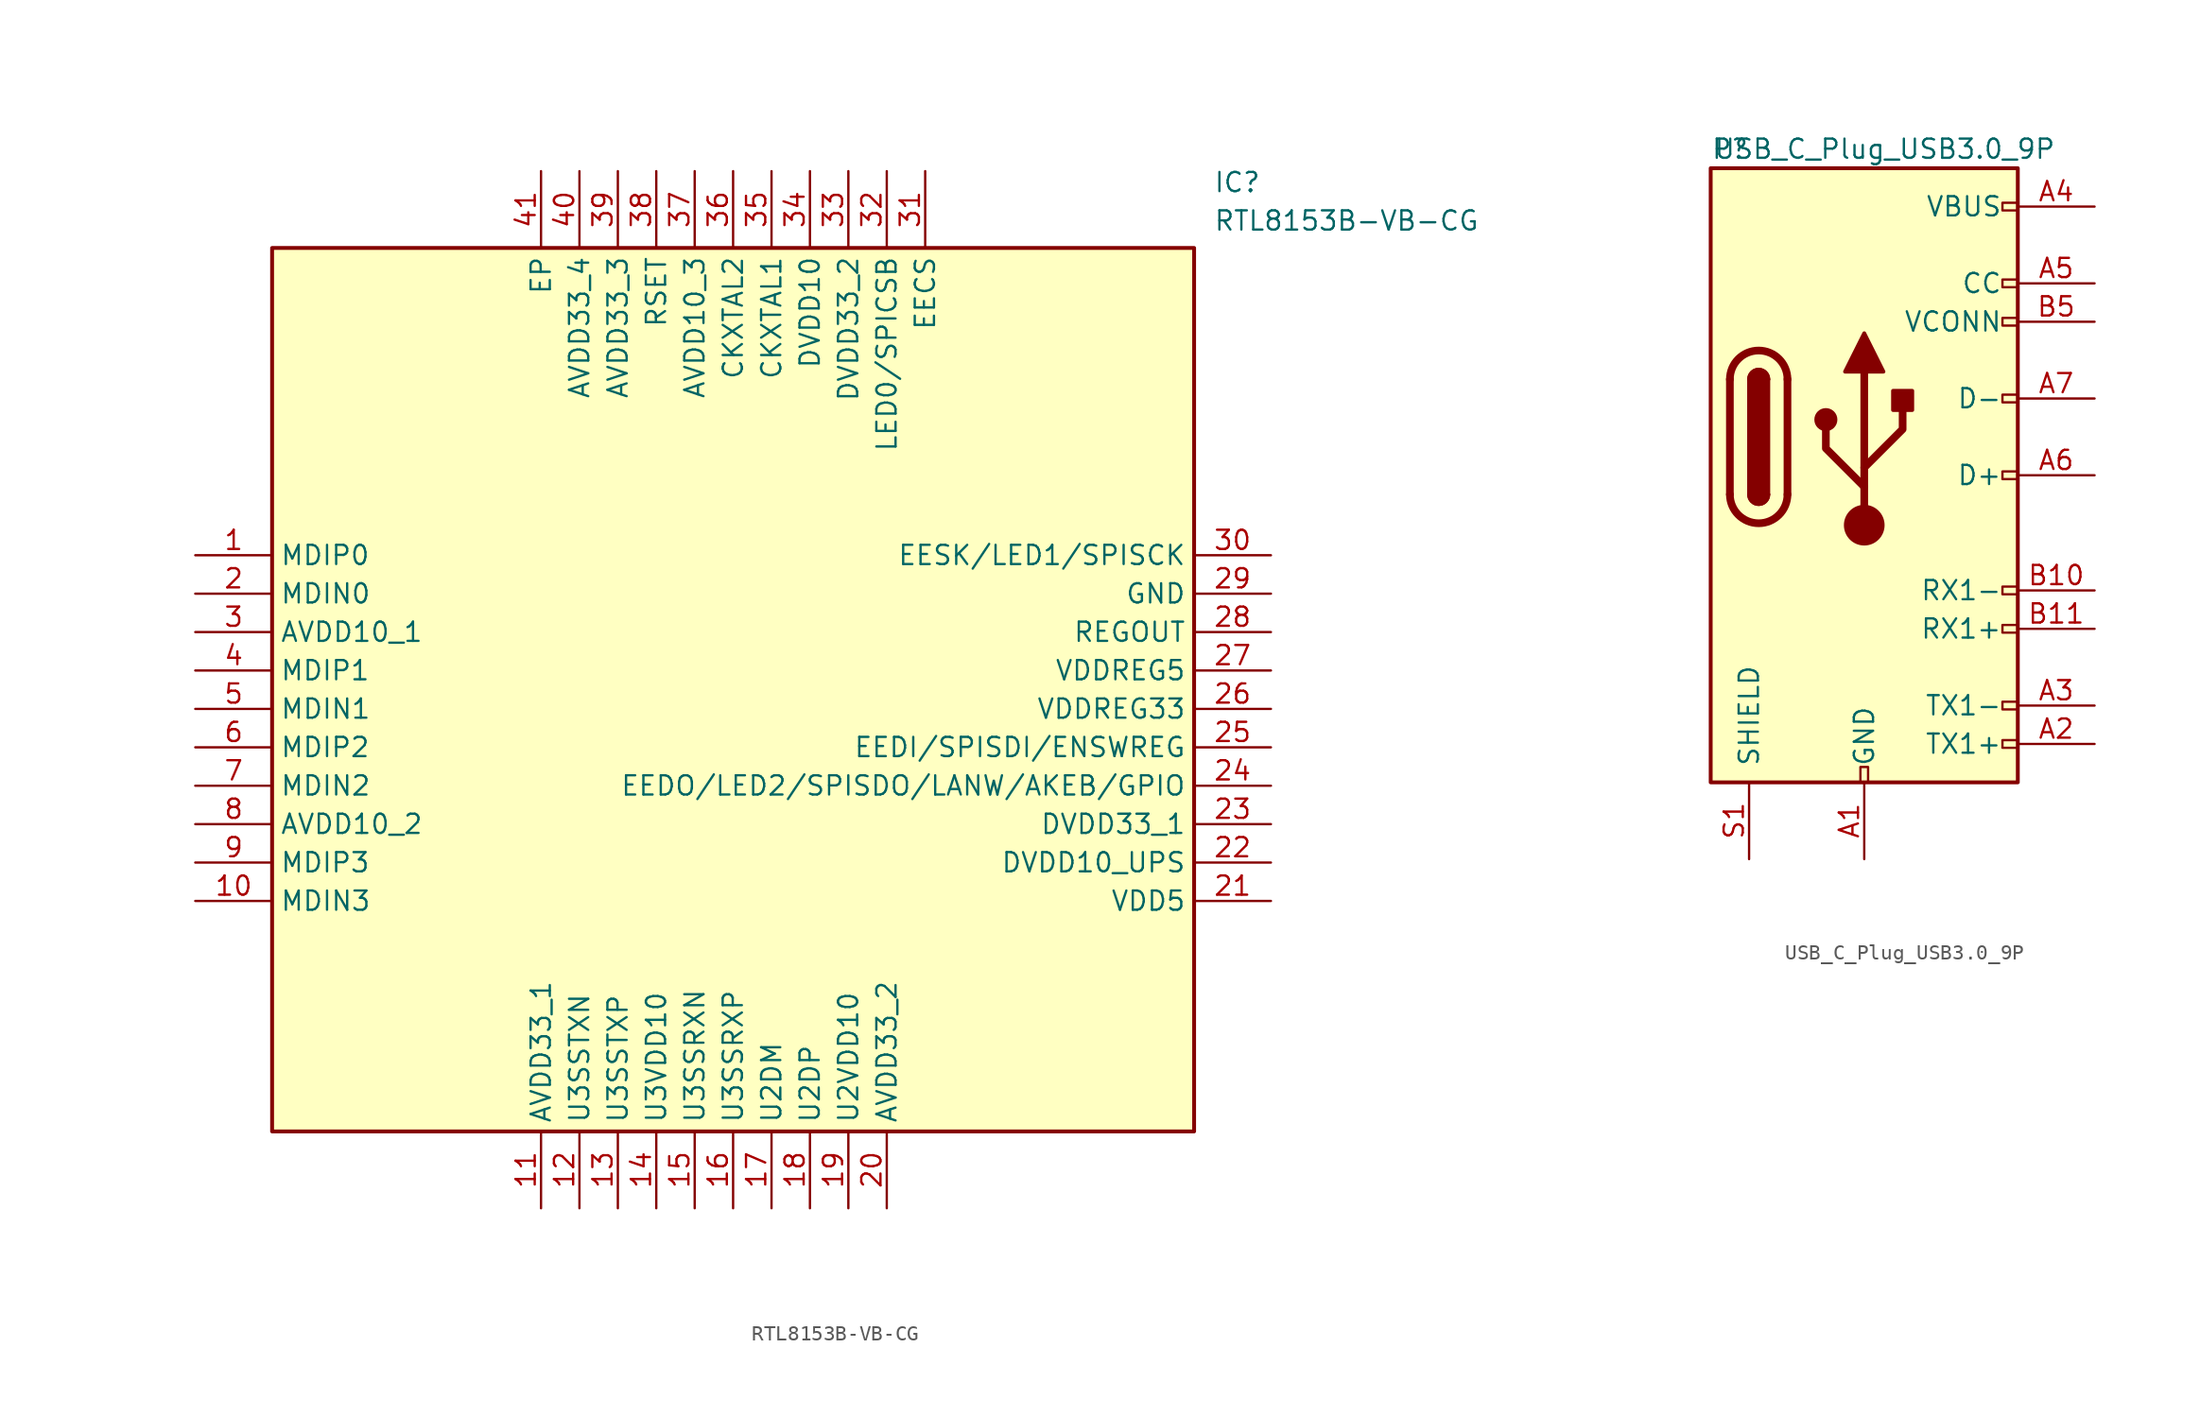
<source format=kicad_sym>
(kicad_symbol_lib
  (version 20231120)
  (generator "kicad_symbol_editor")
  (generator_version "8.0")
  (symbol "RTL8153B-VB-CG"
    (property "Reference" "IC"
      (at 67.31 25.4 0)
      (effects (font (size 1.27 1.27)) (justify left top)))
    (property "Value" "RTL8153B-VB-CG"
      (at 67.31 22.86 0)
      (effects (font (size 1.27 1.27)) (justify left top)))
    (symbol "RTL8153B-VB-CG_1_1"
      (rectangle (start 5.08 20.32) (end 66.04 -38.1) (stroke (width 0.254) (type default)) (fill (type background)))
      (pin passive line (at 0 0 0) (length 5.08) (name "MDIP0" (effects (font (size 1.27 1.27)))) (number "1" (effects (font (size 1.27 1.27)))))
      (pin passive line (at 0 -22.86 0) (length 5.08) (name "MDIN3" (effects (font (size 1.27 1.27)))) (number "10" (effects (font (size 1.27 1.27)))))
      (pin passive line (at 22.86 -43.18 90) (length 5.08) (name "AVDD33_1" (effects (font (size 1.27 1.27)))) (number "11" (effects (font (size 1.27 1.27)))))
      (pin passive line (at 25.4 -43.18 90) (length 5.08) (name "U3SSTXN" (effects (font (size 1.27 1.27)))) (number "12" (effects (font (size 1.27 1.27)))))
      (pin passive line (at 27.94 -43.18 90) (length 5.08) (name "U3SSTXP" (effects (font (size 1.27 1.27)))) (number "13" (effects (font (size 1.27 1.27)))))
      (pin passive line (at 30.48 -43.18 90) (length 5.08) (name "U3VDD10" (effects (font (size 1.27 1.27)))) (number "14" (effects (font (size 1.27 1.27)))))
      (pin passive line (at 33.02 -43.18 90) (length 5.08) (name "U3SSRXN" (effects (font (size 1.27 1.27)))) (number "15" (effects (font (size 1.27 1.27)))))
      (pin passive line (at 35.56 -43.18 90) (length 5.08) (name "U3SSRXP" (effects (font (size 1.27 1.27)))) (number "16" (effects (font (size 1.27 1.27)))))
      (pin passive line (at 38.1 -43.18 90) (length 5.08) (name "U2DM" (effects (font (size 1.27 1.27)))) (number "17" (effects (font (size 1.27 1.27)))))
      (pin passive line (at 40.64 -43.18 90) (length 5.08) (name "U2DP" (effects (font (size 1.27 1.27)))) (number "18" (effects (font (size 1.27 1.27)))))
      (pin passive line (at 43.18 -43.18 90) (length 5.08) (name "U2VDD10" (effects (font (size 1.27 1.27)))) (number "19" (effects (font (size 1.27 1.27)))))
      (pin passive line (at 0 -2.54 0) (length 5.08) (name "MDIN0" (effects (font (size 1.27 1.27)))) (number "2" (effects (font (size 1.27 1.27)))))
      (pin passive line (at 45.72 -43.18 90) (length 5.08) (name "AVDD33_2" (effects (font (size 1.27 1.27)))) (number "20" (effects (font (size 1.27 1.27)))))
      (pin passive line (at 71.12 -22.86 180) (length 5.08) (name "VDD5" (effects (font (size 1.27 1.27)))) (number "21" (effects (font (size 1.27 1.27)))))
      (pin passive line (at 71.12 -20.32 180) (length 5.08) (name "DVDD10_UPS" (effects (font (size 1.27 1.27)))) (number "22" (effects (font (size 1.27 1.27)))))
      (pin passive line (at 71.12 -17.78 180) (length 5.08) (name "DVDD33_1" (effects (font (size 1.27 1.27)))) (number "23" (effects (font (size 1.27 1.27)))))
      (pin passive line (at 71.12 -15.24 180) (length 5.08) (name "EEDO/LED2/SPISDO/LANW/AKEB/GPIO" (effects (font (size 1.27 1.27)))) (number "24" (effects (font (size 1.27 1.27)))))
      (pin passive line (at 71.12 -12.7 180) (length 5.08) (name "EEDI/SPISDI/ENSWREG" (effects (font (size 1.27 1.27)))) (number "25" (effects (font (size 1.27 1.27)))))
      (pin passive line (at 71.12 -10.16 180) (length 5.08) (name "VDDREG33" (effects (font (size 1.27 1.27)))) (number "26" (effects (font (size 1.27 1.27)))))
      (pin passive line (at 71.12 -7.62 180) (length 5.08) (name "VDDREG5" (effects (font (size 1.27 1.27)))) (number "27" (effects (font (size 1.27 1.27)))))
      (pin passive line (at 71.12 -5.08 180) (length 5.08) (name "REGOUT" (effects (font (size 1.27 1.27)))) (number "28" (effects (font (size 1.27 1.27)))))
      (pin passive line (at 71.12 -2.54 180) (length 5.08) (name "GND" (effects (font (size 1.27 1.27)))) (number "29" (effects (font (size 1.27 1.27)))))
      (pin passive line (at 0 -5.08 0) (length 5.08) (name "AVDD10_1" (effects (font (size 1.27 1.27)))) (number "3" (effects (font (size 1.27 1.27)))))
      (pin passive line (at 71.12 0 180) (length 5.08) (name "EESK/LED1/SPISCK" (effects (font (size 1.27 1.27)))) (number "30" (effects (font (size 1.27 1.27)))))
      (pin passive line (at 48.26 25.4 270) (length 5.08) (name "EECS" (effects (font (size 1.27 1.27)))) (number "31" (effects (font (size 1.27 1.27)))))
      (pin passive line (at 45.72 25.4 270) (length 5.08) (name "LED0/SPICSB" (effects (font (size 1.27 1.27)))) (number "32" (effects (font (size 1.27 1.27)))))
      (pin passive line (at 43.18 25.4 270) (length 5.08) (name "DVDD33_2" (effects (font (size 1.27 1.27)))) (number "33" (effects (font (size 1.27 1.27)))))
      (pin passive line (at 40.64 25.4 270) (length 5.08) (name "DVDD10" (effects (font (size 1.27 1.27)))) (number "34" (effects (font (size 1.27 1.27)))))
      (pin passive line (at 38.1 25.4 270) (length 5.08) (name "CKXTAL1" (effects (font (size 1.27 1.27)))) (number "35" (effects (font (size 1.27 1.27)))))
      (pin passive line (at 35.56 25.4 270) (length 5.08) (name "CKXTAL2" (effects (font (size 1.27 1.27)))) (number "36" (effects (font (size 1.27 1.27)))))
      (pin passive line (at 33.02 25.4 270) (length 5.08) (name "AVDD10_3" (effects (font (size 1.27 1.27)))) (number "37" (effects (font (size 1.27 1.27)))))
      (pin passive line (at 30.48 25.4 270) (length 5.08) (name "RSET" (effects (font (size 1.27 1.27)))) (number "38" (effects (font (size 1.27 1.27)))))
      (pin passive line (at 27.94 25.4 270) (length 5.08) (name "AVDD33_3" (effects (font (size 1.27 1.27)))) (number "39" (effects (font (size 1.27 1.27)))))
      (pin passive line (at 0 -7.62 0) (length 5.08) (name "MDIP1" (effects (font (size 1.27 1.27)))) (number "4" (effects (font (size 1.27 1.27)))))
      (pin passive line (at 25.4 25.4 270) (length 5.08) (name "AVDD33_4" (effects (font (size 1.27 1.27)))) (number "40" (effects (font (size 1.27 1.27)))))
      (pin passive line (at 22.86 25.4 270) (length 5.08) (name "EP" (effects (font (size 1.27 1.27)))) (number "41" (effects (font (size 1.27 1.27)))))
      (pin passive line (at 0 -10.16 0) (length 5.08) (name "MDIN1" (effects (font (size 1.27 1.27)))) (number "5" (effects (font (size 1.27 1.27)))))
      (pin passive line (at 0 -12.7 0) (length 5.08) (name "MDIP2" (effects (font (size 1.27 1.27)))) (number "6" (effects (font (size 1.27 1.27)))))
      (pin passive line (at 0 -15.24 0) (length 5.08) (name "MDIN2" (effects (font (size 1.27 1.27)))) (number "7" (effects (font (size 1.27 1.27)))))
      (pin passive line (at 0 -17.78 0) (length 5.08) (name "AVDD10_2" (effects (font (size 1.27 1.27)))) (number "8" (effects (font (size 1.27 1.27)))))
      (pin passive line (at 0 -20.32 0) (length 5.08) (name "MDIP3" (effects (font (size 1.27 1.27)))) (number "9" (effects (font (size 1.27 1.27)))))))
  (symbol "USB_C_Plug_USB3.0_9P"
    (pin_names
      (offset 1.016))
    (property "Reference" "P"
      (at -10.16 19.05 0)
      (effects (font (size 1.27 1.27)) (justify left)))
    (property "Value" "USB_C_Plug_USB3.0_9P"
      (at 12.7 19.05 0)
      (effects (font (size 1.27 1.27)) (justify right)))
    (symbol "USB_C_Plug_USB3.0_9P_0_0"
      (rectangle (start -0.254 -22.86) (end 0.254 -21.844) (stroke (width 0) (type default)) (fill (type none)))
      (rectangle (start 9.144 -20.066) (end 10.16 -20.574) (stroke (width 0) (type default)) (fill (type none)))
      (rectangle (start 9.144 -17.526) (end 10.16 -18.034) (stroke (width 0) (type default)) (fill (type none)))
      (rectangle (start 9.144 -12.446) (end 10.16 -12.954) (stroke (width 0) (type default)) (fill (type none)))
      (rectangle (start 9.144 -9.906) (end 10.16 -10.414) (stroke (width 0) (type default)) (fill (type none)))
      (rectangle (start 9.144 -2.286) (end 10.16 -2.794) (stroke (width 0) (type default)) (fill (type none)))
      (rectangle (start 10.16 2.794) (end 9.144 2.286) (stroke (width 0) (type default)) (fill (type none)))
      (rectangle (start 10.16 7.874) (end 9.144 7.366) (stroke (width 0) (type default)) (fill (type none)))
      (rectangle (start 10.16 10.414) (end 9.144 9.906) (stroke (width 0) (type default)) (fill (type none)))
      (rectangle (start 10.16 15.494) (end 9.144 14.986) (stroke (width 0) (type default)) (fill (type none))))
    (symbol "USB_C_Plug_USB3.0_9P_0_1"
      (rectangle (start -10.16 17.78) (end 10.16 -22.86) (stroke (width 0.254) (type default)) (fill (type background)))
      (arc (start -8.89 -3.81) (mid -6.985 -5.7067) (end -5.08 -3.81) (stroke (width 0.508) (type default)) (fill (type none)))
      (arc (start -7.62 -3.81) (mid -6.985 -4.4423) (end -6.35 -3.81) (stroke (width 0.254) (type default)) (fill (type none)))
      (arc (start -7.62 -3.81) (mid -6.985 -4.4423) (end -6.35 -3.81) (stroke (width 0.254) (type default)) (fill (type outline)))
      (rectangle (start -7.62 -3.81) (end -6.35 3.81) (stroke (width 0.254) (type default)) (fill (type outline)))
      (arc (start -6.35 3.81) (mid -6.985 4.4423) (end -7.62 3.81) (stroke (width 0.254) (type default)) (fill (type none)))
      (arc (start -6.35 3.81) (mid -6.985 4.4423) (end -7.62 3.81) (stroke (width 0.254) (type default)) (fill (type outline)))
      (arc (start -5.08 3.81) (mid -6.985 5.7067) (end -8.89 3.81) (stroke (width 0.508) (type default)) (fill (type none)))
      (circle (center -2.54 1.143) (radius 0.635) (stroke (width 0.254) (type default)) (fill (type outline)))
      (circle (center 0 -5.842) (radius 1.27) (stroke (width 0) (type default)) (fill (type outline)))
      (polyline (pts (xy -8.89 -3.81) (xy -8.89 3.81)) (stroke (width 0.508) (type default)) (fill (type none)))
      (polyline (pts (xy -5.08 3.81) (xy -5.08 -3.81)) (stroke (width 0.508) (type default)) (fill (type none)))
      (polyline (pts (xy 0 -5.842) (xy 0 4.318)) (stroke (width 0.508) (type default)) (fill (type none)))
      (polyline (pts (xy 0 -3.302) (xy -2.54 -0.762) (xy -2.54 0.508)) (stroke (width 0.508) (type default)) (fill (type none)))
      (polyline (pts (xy 0 -2.032) (xy 2.54 0.508) (xy 2.54 1.778)) (stroke (width 0.508) (type default)) (fill (type none)))
      (polyline (pts (xy -1.27 4.318) (xy 0 6.858) (xy 1.27 4.318) (xy -1.27 4.318)) (stroke (width 0.254) (type default)) (fill (type outline)))
      (rectangle (start 1.905 1.778) (end 3.175 3.048) (stroke (width 0.254) (type default)) (fill (type outline))))
    (symbol "USB_C_Plug_USB3.0_9P_1_1"
      (pin passive line (at 0 -27.94 90) (length 5.08) (name "GND" (effects (font (size 1.27 1.27)))) (number "A1" (effects (font (size 1.27 1.27)))))
      (pin passive line (at 0 -27.94 90) (length 5.08) hide (name "GND" (effects (font (size 1.27 1.27)))) (number "A12" (effects (font (size 1.27 1.27)))))
      (pin bidirectional line (at 15.24 -20.32 180) (length 5.08) (name "TX1+" (effects (font (size 1.27 1.27)))) (number "A2" (effects (font (size 1.27 1.27)))))
      (pin bidirectional line (at 15.24 -17.78 180) (length 5.08) (name "TX1-" (effects (font (size 1.27 1.27)))) (number "A3" (effects (font (size 1.27 1.27)))))
      (pin passive line (at 15.24 15.24 180) (length 5.08) (name "VBUS" (effects (font (size 1.27 1.27)))) (number "A4" (effects (font (size 1.27 1.27)))))
      (pin bidirectional line (at 15.24 10.16 180) (length 5.08) (name "CC" (effects (font (size 1.27 1.27)))) (number "A5" (effects (font (size 1.27 1.27)))))
      (pin bidirectional line (at 15.24 -2.54 180) (length 5.08) (name "D+" (effects (font (size 1.27 1.27)))) (number "A6" (effects (font (size 1.27 1.27)))))
      (pin bidirectional line (at 15.24 2.54 180) (length 5.08) (name "D-" (effects (font (size 1.27 1.27)))) (number "A7" (effects (font (size 1.27 1.27)))))
      (pin passive line (at 15.24 15.24 180) (length 5.08) hide (name "VBUS" (effects (font (size 1.27 1.27)))) (number "A9" (effects (font (size 1.27 1.27)))))
      (pin passive line (at 0 -27.94 90) (length 5.08) hide (name "GND" (effects (font (size 1.27 1.27)))) (number "B1" (effects (font (size 1.27 1.27)))))
      (pin bidirectional line (at 15.24 -10.16 180) (length 5.08) (name "RX1-" (effects (font (size 1.27 1.27)))) (number "B10" (effects (font (size 1.27 1.27)))))
      (pin bidirectional line (at 15.24 -12.7 180) (length 5.08) (name "RX1+" (effects (font (size 1.27 1.27)))) (number "B11" (effects (font (size 1.27 1.27)))))
      (pin passive line (at 0 -27.94 90) (length 5.08) hide (name "GND" (effects (font (size 1.27 1.27)))) (number "B12" (effects (font (size 1.27 1.27)))))
      (pin passive line (at 15.24 15.24 180) (length 5.08) hide (name "VBUS" (effects (font (size 1.27 1.27)))) (number "B4" (effects (font (size 1.27 1.27)))))
      (pin bidirectional line (at 15.24 7.62 180) (length 5.08) (name "VCONN" (effects (font (size 1.27 1.27)))) (number "B5" (effects (font (size 1.27 1.27)))))
      (pin passive line (at 15.24 15.24 180) (length 5.08) hide (name "VBUS" (effects (font (size 1.27 1.27)))) (number "B9" (effects (font (size 1.27 1.27)))))
      (pin passive line (at -7.62 -27.94 90) (length 5.08) (name "SHIELD" (effects (font (size 1.27 1.27)))) (number "S1" (effects (font (size 1.27 1.27))))))))
</source>
